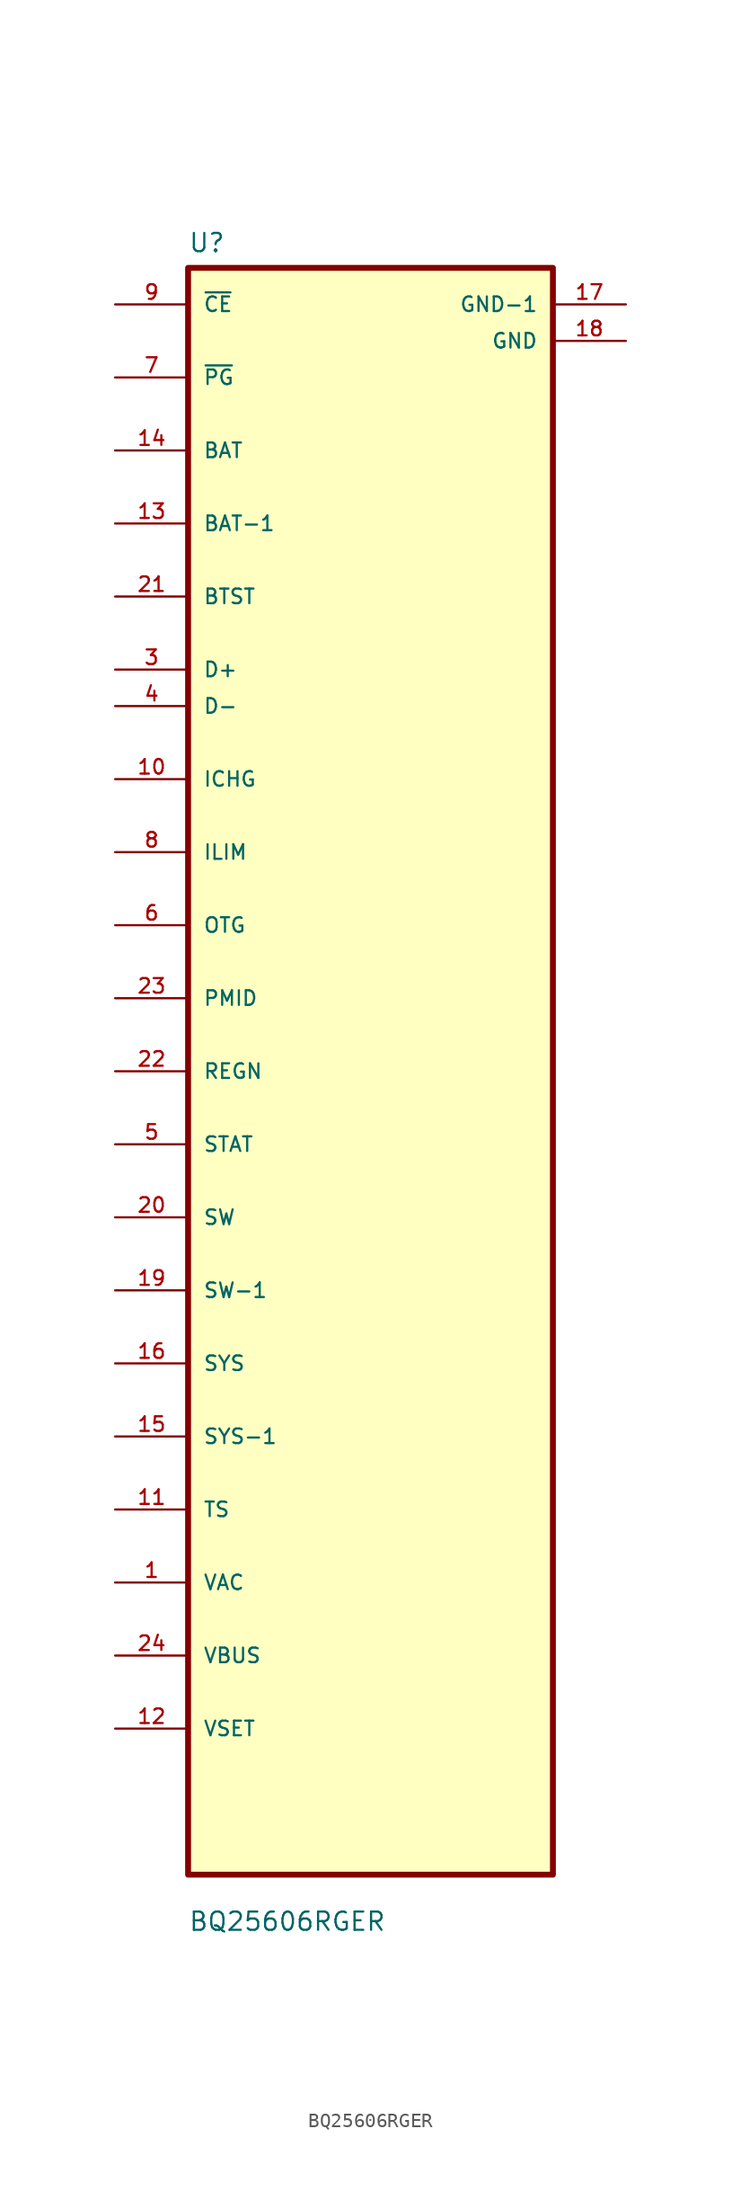
<source format=kicad_sym>
(kicad_symbol_lib
  (version 20211014)
  (generator kicad_symbol_editor)
  (symbol "BQ25606RGER"
    (pin_names
      (offset 1.016))
    (property "Reference" "U"
      (at -12.7 56.88 0.0)
      (effects (font (size 1.27 1.27)) (justify bottom left)))
    (property "Value" "BQ25606RGER"
      (at -12.7 -59.88 0.0)
      (effects (font (size 1.27 1.27)) (justify bottom left)))
    (symbol "BQ25606RGER_0_0"
      (rectangle (start -12.7 -55.88) (end 12.7 55.88) (stroke (width 0.41)) (fill (type background)))
      (pin bidirectional line (at -17.78 53.34 0) (length 5.08) (name "~{CE}" (effects (font (size 1.016 1.016)))) (number "9" (effects (font (size 1.016 1.016)))))
      (pin bidirectional line (at -17.78 48.26 0) (length 5.08) (name "~{PG}" (effects (font (size 1.016 1.016)))) (number "7" (effects (font (size 1.016 1.016)))))
      (pin bidirectional line (at -17.78 43.18 0) (length 5.08) (name "BAT" (effects (font (size 1.016 1.016)))) (number "14" (effects (font (size 1.016 1.016)))))
      (pin bidirectional line (at -17.78 38.1 0) (length 5.08) (name "BAT-1" (effects (font (size 1.016 1.016)))) (number "13" (effects (font (size 1.016 1.016)))))
      (pin bidirectional line (at -17.78 33.02 0) (length 5.08) (name "BTST" (effects (font (size 1.016 1.016)))) (number "21" (effects (font (size 1.016 1.016)))))
      (pin bidirectional line (at -17.78 27.94 0) (length 5.08) (name "D+" (effects (font (size 1.016 1.016)))) (number "3" (effects (font (size 1.016 1.016)))))
      (pin bidirectional line (at -17.78 25.4 0) (length 5.08) (name "D-" (effects (font (size 1.016 1.016)))) (number "4" (effects (font (size 1.016 1.016)))))
      (pin bidirectional line (at -17.78 20.32 0) (length 5.08) (name "ICHG" (effects (font (size 1.016 1.016)))) (number "10" (effects (font (size 1.016 1.016)))))
      (pin bidirectional line (at -17.78 15.24 0) (length 5.08) (name "ILIM" (effects (font (size 1.016 1.016)))) (number "8" (effects (font (size 1.016 1.016)))))
      (pin bidirectional line (at -17.78 10.16 0) (length 5.08) (name "OTG" (effects (font (size 1.016 1.016)))) (number "6" (effects (font (size 1.016 1.016)))))
      (pin bidirectional line (at -17.78 5.08 0) (length 5.08) (name "PMID" (effects (font (size 1.016 1.016)))) (number "23" (effects (font (size 1.016 1.016)))))
      (pin bidirectional line (at -17.78 1.77636e-14 0) (length 5.08) (name "REGN" (effects (font (size 1.016 1.016)))) (number "22" (effects (font (size 1.016 1.016)))))
      (pin bidirectional line (at -17.78 -5.08 0) (length 5.08) (name "STAT" (effects (font (size 1.016 1.016)))) (number "5" (effects (font (size 1.016 1.016)))))
      (pin bidirectional line (at -17.78 -10.16 0) (length 5.08) (name "SW" (effects (font (size 1.016 1.016)))) (number "20" (effects (font (size 1.016 1.016)))))
      (pin bidirectional line (at -17.78 -15.24 0) (length 5.08) (name "SW-1" (effects (font (size 1.016 1.016)))) (number "19" (effects (font (size 1.016 1.016)))))
      (pin bidirectional line (at -17.78 -20.32 0) (length 5.08) (name "SYS" (effects (font (size 1.016 1.016)))) (number "16" (effects (font (size 1.016 1.016)))))
      (pin bidirectional line (at -17.78 -25.4 0) (length 5.08) (name "SYS-1" (effects (font (size 1.016 1.016)))) (number "15" (effects (font (size 1.016 1.016)))))
      (pin bidirectional line (at -17.78 -30.48 0) (length 5.08) (name "TS" (effects (font (size 1.016 1.016)))) (number "11" (effects (font (size 1.016 1.016)))))
      (pin bidirectional line (at -17.78 -35.56 0) (length 5.08) (name "VAC" (effects (font (size 1.016 1.016)))) (number "1" (effects (font (size 1.016 1.016)))))
      (pin bidirectional line (at -17.78 -40.64 0) (length 5.08) (name "VBUS" (effects (font (size 1.016 1.016)))) (number "24" (effects (font (size 1.016 1.016)))))
      (pin bidirectional line (at -17.78 -45.72 0) (length 5.08) (name "VSET" (effects (font (size 1.016 1.016)))) (number "12" (effects (font (size 1.016 1.016)))))
      (pin power_in line (at 17.78 53.34 180.0) (length 5.08) (name "GND-1" (effects (font (size 1.016 1.016)))) (number "17" (effects (font (size 1.016 1.016)))))
      (pin power_in line (at 17.78 50.8 180.0) (length 5.08) (name "GND" (effects (font (size 1.016 1.016)))) (number "18" (effects (font (size 1.016 1.016))))))))
</source>
